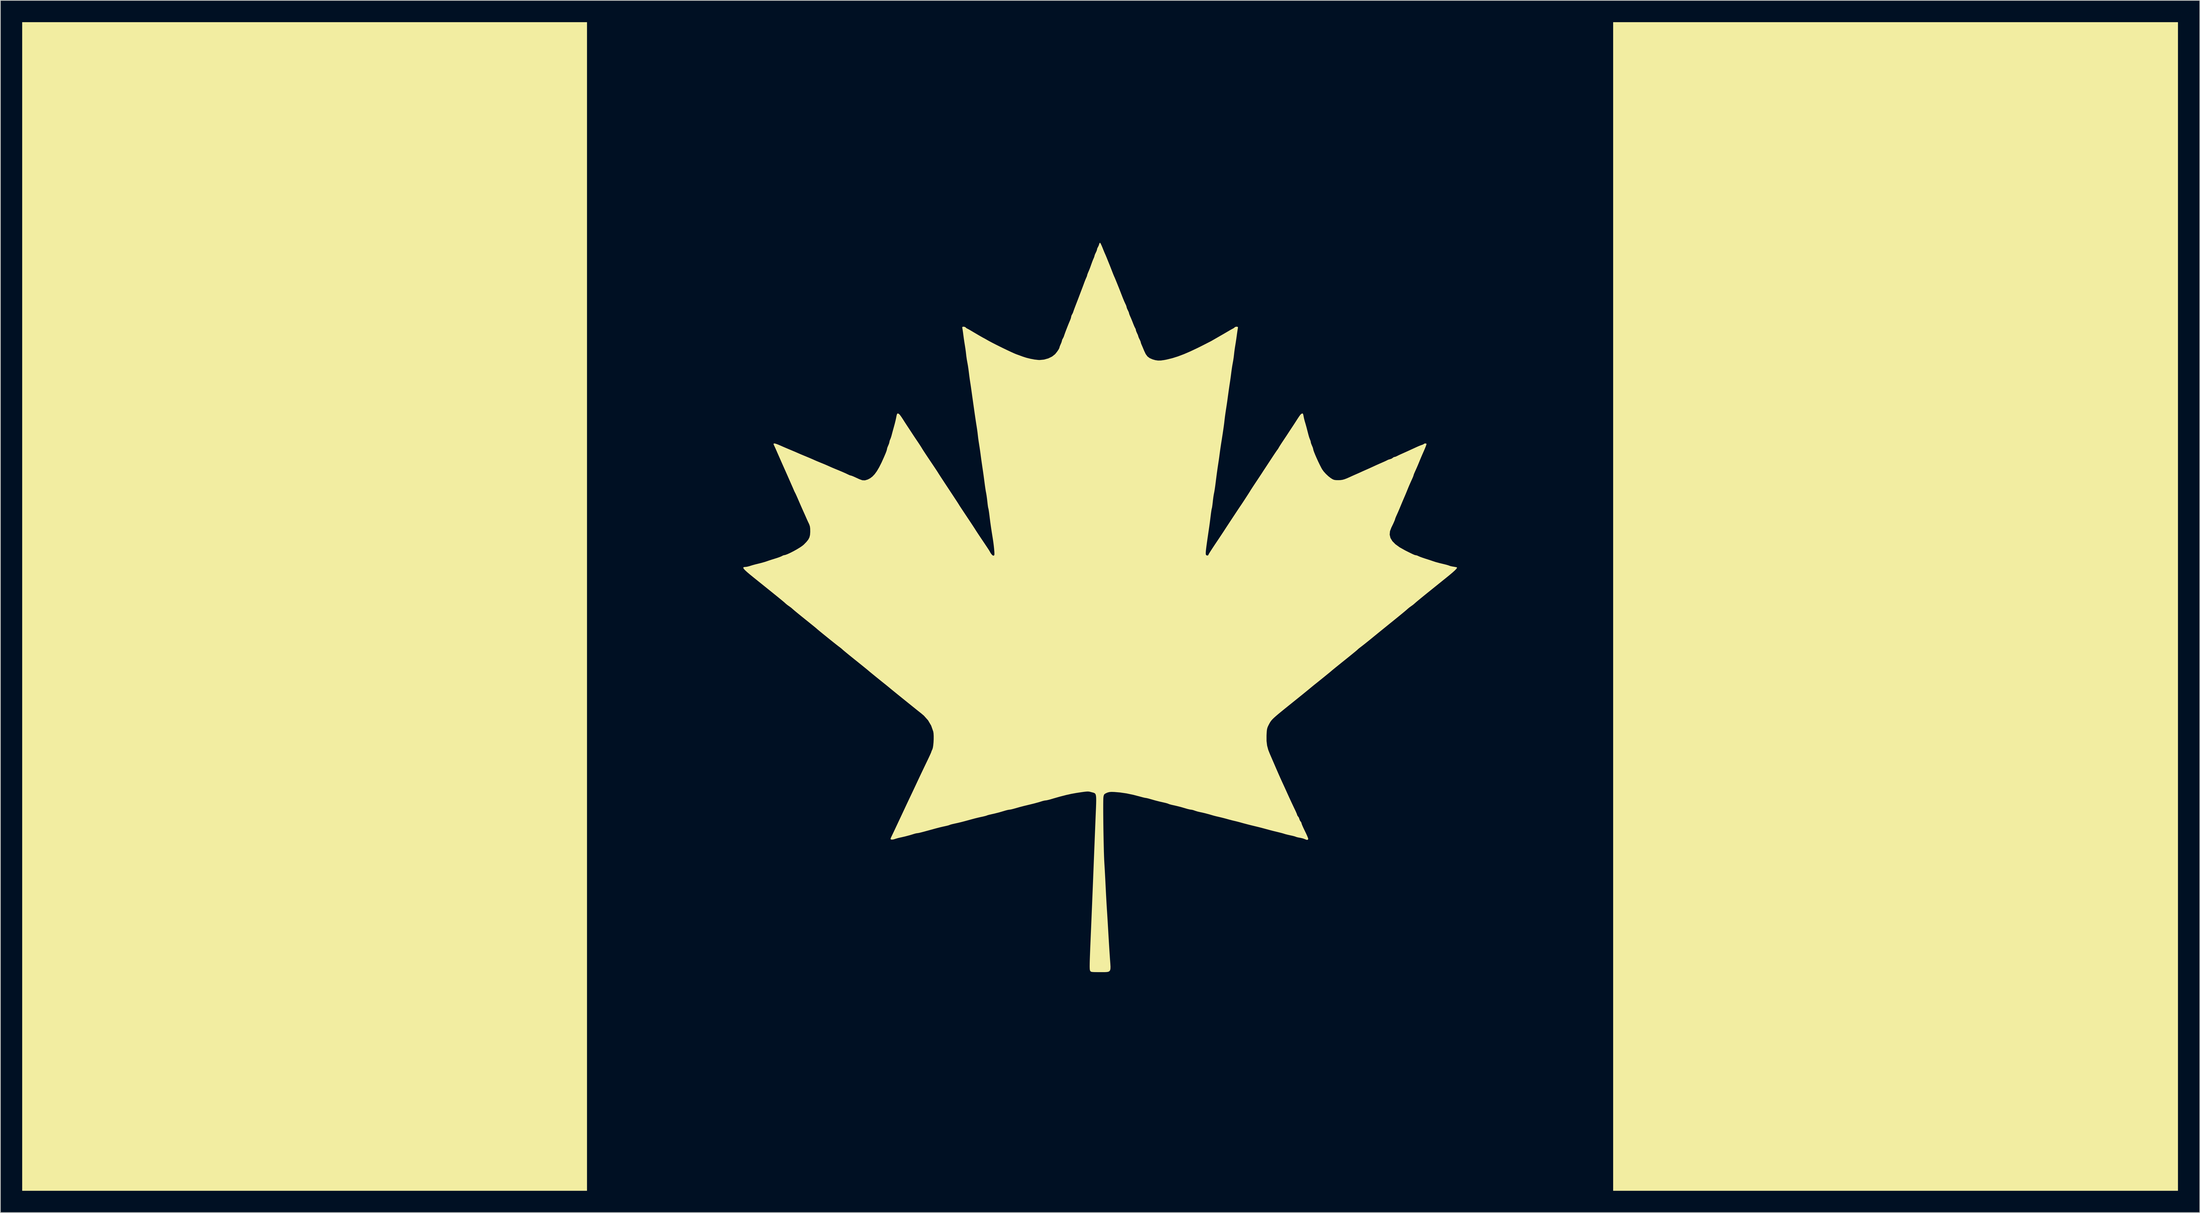
<source format=kicad_pcb>
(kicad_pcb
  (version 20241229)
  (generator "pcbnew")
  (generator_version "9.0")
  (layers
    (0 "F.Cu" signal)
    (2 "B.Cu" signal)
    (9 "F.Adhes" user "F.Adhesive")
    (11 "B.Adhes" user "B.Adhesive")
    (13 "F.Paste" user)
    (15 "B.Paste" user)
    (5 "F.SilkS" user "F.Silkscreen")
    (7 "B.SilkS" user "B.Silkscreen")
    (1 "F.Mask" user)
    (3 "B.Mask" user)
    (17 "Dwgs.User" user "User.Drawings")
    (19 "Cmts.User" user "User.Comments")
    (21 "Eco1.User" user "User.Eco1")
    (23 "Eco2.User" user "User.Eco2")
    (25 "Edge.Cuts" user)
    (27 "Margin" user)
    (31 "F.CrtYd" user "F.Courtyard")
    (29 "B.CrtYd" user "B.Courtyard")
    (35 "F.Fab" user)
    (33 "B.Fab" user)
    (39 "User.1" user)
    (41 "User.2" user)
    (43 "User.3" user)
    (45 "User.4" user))
  (footprint "canada"
    (layer "F.Cu")
    (at 148.167 80.363)
    (property "Reference" "canada" (at 0 0 0) (layer "F.SilkS") (effects (font (size 1.5 1.5) (thickness 0.3))))
    (attr board_only exclude_from_pos_files exclude_from_bom)
    (fp_poly (pts (xy -70.527 -0.000001) (xy -70.527 80.363) (xy -109.347 80.363) (xy -148.167 80.363) (xy -148.167 -0.000001) (xy -148.167 -80.363) (xy -109.347 -80.363) (xy -70.527 -80.363)) (stroke (width 0) (type solid)) (fill yes) (layer "F.SilkS"))
    (fp_poly (pts (xy 148.167 -0.000001) (xy 148.167 80.363) (xy 109.347 80.363) (xy 70.527 80.363) (xy 70.527 -0.000001) (xy 70.527 -80.363) (xy 109.347 -80.363) (xy 148.167 -80.363)) (stroke (width 0) (type solid)) (fill yes) (layer "F.SilkS"))
    (fp_poly (pts (xy 0.05 -49.962) (xy 0.152 -49.765) (xy 0.277 -49.482) (xy 0.333 -49.345) (xy 0.464 -49.015) (xy 0.579 -48.735) (xy 0.658 -48.551) (xy 0.674 -48.517) (xy 0.743 -48.363) (xy 0.847 -48.116) (xy 0.922 -47.933) (xy 1.061 -47.587) (xy 1.207 -47.226) (xy 1.265 -47.083) (xy 1.383 -46.79) (xy 1.527 -46.421) (xy 1.655 -46.091) (xy 1.774 -45.784) (xy 1.877 -45.529) (xy 1.943 -45.376) (xy 1.946 -45.369) (xy 1.979 -45.3) (xy 2.024 -45.197) (xy 2.092 -45.036) (xy 2.192 -44.792) (xy 2.334 -44.441) (xy 2.529 -43.958) (xy 2.545 -43.919) (xy 2.657 -43.638) (xy 2.797 -43.279) (xy 2.925 -42.946) (xy 3.142 -42.392) (xy 3.318 -41.967) (xy 3.467 -41.641) (xy 3.524 -41.527) (xy 3.609 -41.326) (xy 3.641 -41.186) (xy 3.679 -41.043) (xy 3.773 -40.826) (xy 3.81 -40.754) (xy 3.916 -40.534) (xy 3.975 -40.37) (xy 3.979 -40.34) (xy 4.013 -40.208) (xy 4.099 -39.992) (xy 4.143 -39.893) (xy 4.259 -39.632) (xy 4.401 -39.287) (xy 4.533 -38.949) (xy 4.652 -38.65) (xy 4.758 -38.412) (xy 4.829 -38.281) (xy 4.835 -38.274) (xy 4.904 -38.122) (xy 4.911 -38.058) (xy 4.947 -37.902) (xy 5.04 -37.674) (xy 5.08 -37.59) (xy 5.184 -37.367) (xy 5.244 -37.201) (xy 5.249 -37.168) (xy 5.287 -37.042) (xy 5.38 -36.836) (xy 5.419 -36.761) (xy 5.525 -36.542) (xy 5.584 -36.38) (xy 5.588 -36.35) (xy 5.621 -36.214) (xy 5.701 -36.009) (xy 5.71 -35.989) (xy 5.806 -35.77) (xy 5.935 -35.463) (xy 6.056 -35.169) (xy 6.272 -34.716) (xy 6.509 -34.393) (xy 6.807 -34.165) (xy 7.201 -33.992) (xy 7.226 -33.984) (xy 7.604 -33.875) (xy 7.96 -33.824) (xy 8.344 -33.83) (xy 8.805 -33.893) (xy 9.195 -33.97) (xy 9.933 -34.152) (xy 10.699 -34.392) (xy 11.518 -34.7) (xy 12.415 -35.087) (xy 13.414 -35.56) (xy 13.843 -35.774) (xy 14.288 -35.999) (xy 14.686 -36.202) (xy 15.011 -36.368) (xy 15.234 -36.483) (xy 15.325 -36.532) (xy 15.442 -36.6) (xy 15.676 -36.735) (xy 15.994 -36.918) (xy 16.364 -37.131) (xy 16.455 -37.183) (xy 16.855 -37.414) (xy 17.23 -37.631) (xy 17.54 -37.813) (xy 17.748 -37.936) (xy 17.767 -37.947) (xy 18.01 -38.087) (xy 18.222 -38.2) (xy 18.259 -38.218) (xy 18.426 -38.32) (xy 18.496 -38.392) (xy 18.615 -38.461) (xy 18.769 -38.482) (xy 18.92 -38.461) (xy 18.955 -38.364) (xy 18.936 -38.249) (xy 18.903 -38.056) (xy 18.857 -37.752) (xy 18.806 -37.394) (xy 18.793 -37.293) (xy 18.73 -36.84) (xy 18.654 -36.34) (xy 18.583 -35.9) (xy 18.581 -35.891) (xy 18.515 -35.474) (xy 18.455 -35.031) (xy 18.413 -34.66) (xy 18.413 -34.66) (xy 18.366 -34.267) (xy 18.299 -33.822) (xy 18.243 -33.513) (xy 18.173 -33.125) (xy 18.101 -32.663) (xy 18.041 -32.223) (xy 18.038 -32.196) (xy 17.985 -31.78) (xy 17.927 -31.352) (xy 17.875 -30.998) (xy 17.87 -30.964) (xy 17.791 -30.452) (xy 17.696 -29.801) (xy 17.59 -29.039) (xy 17.517 -28.501) (xy 17.467 -28.141) (xy 17.4 -27.691) (xy 17.329 -27.228) (xy 17.302 -27.057) (xy 17.234 -26.602) (xy 17.167 -26.123) (xy 17.114 -25.699) (xy 17.1 -25.57) (xy 17.061 -25.226) (xy 17.007 -24.817) (xy 16.936 -24.32) (xy 16.846 -23.714) (xy 16.731 -22.977) (xy 16.637 -22.384) (xy 16.568 -21.93) (xy 16.496 -21.434) (xy 16.436 -20.993) (xy 16.429 -20.94) (xy 16.375 -20.53) (xy 16.314 -20.104) (xy 16.261 -19.754) (xy 16.26 -19.751) (xy 16.16 -19.093) (xy 16.05 -18.312) (xy 15.93 -17.389) (xy 15.875 -16.947) (xy 15.818 -16.513) (xy 15.758 -16.106) (xy 15.703 -15.777) (xy 15.665 -15.588) (xy 15.619 -15.353) (xy 15.566 -15.006) (xy 15.515 -14.607) (xy 15.494 -14.41) (xy 15.452 -14.046) (xy 15.411 -13.746) (xy 15.377 -13.55) (xy 15.361 -13.498) (xy 15.334 -13.389) (xy 15.293 -13.148) (xy 15.245 -12.812) (xy 15.201 -12.468) (xy 15.144 -12.005) (xy 15.083 -11.533) (xy 15.027 -11.118) (xy 14.998 -10.916) (xy 14.866 -10.025) (xy 14.758 -9.286) (xy 14.673 -8.685) (xy 14.608 -8.208) (xy 14.563 -7.838) (xy 14.536 -7.561) (xy 14.525 -7.362) (xy 14.528 -7.226) (xy 14.545 -7.138) (xy 14.574 -7.082) (xy 14.604 -7.052) (xy 14.753 -6.998) (xy 14.874 -7.052) (xy 14.901 -7.134) (xy 14.947 -7.223) (xy 15.073 -7.431) (xy 15.267 -7.735) (xy 15.514 -8.115) (xy 15.8 -8.547) (xy 15.889 -8.679) (xy 16.197 -9.139) (xy 16.484 -9.569) (xy 16.731 -9.941) (xy 16.922 -10.23) (xy 17.04 -10.41) (xy 17.053 -10.43) (xy 17.175 -10.619) (xy 17.367 -10.914) (xy 17.611 -11.286) (xy 17.89 -11.71) (xy 18.185 -12.159) (xy 18.479 -12.603) (xy 18.753 -13.018) (xy 18.99 -13.376) (xy 19.172 -13.648) (xy 19.281 -13.81) (xy 19.289 -13.82) (xy 19.411 -14) (xy 19.589 -14.268) (xy 19.802 -14.592) (xy 20.028 -14.94) (xy 20.248 -15.279) (xy 20.44 -15.578) (xy 20.582 -15.803) (xy 20.655 -15.924) (xy 20.659 -15.93) (xy 20.718 -16.027) (xy 20.855 -16.239) (xy 21.052 -16.541) (xy 21.293 -16.906) (xy 21.463 -17.162) (xy 21.727 -17.559) (xy 21.962 -17.914) (xy 22.151 -18.2) (xy 22.274 -18.388) (xy 22.31 -18.444) (xy 22.416 -18.61) (xy 22.554 -18.821) (xy 22.558 -18.826) (xy 22.659 -18.978) (xy 22.833 -19.242) (xy 23.061 -19.59) (xy 23.325 -19.992) (xy 23.529 -20.303) (xy 23.795 -20.708) (xy 24.03 -21.061) (xy 24.219 -21.34) (xy 24.345 -21.52) (xy 24.389 -21.577) (xy 24.465 -21.678) (xy 24.552 -21.832) (xy 24.646 -21.993) (xy 24.809 -22.252) (xy 25.013 -22.566) (xy 25.137 -22.751) (xy 25.367 -23.096) (xy 25.588 -23.427) (xy 25.764 -23.695) (xy 25.823 -23.786) (xy 25.985 -24.035) (xy 26.192 -24.35) (xy 26.363 -24.609) (xy 26.571 -24.923) (xy 26.775 -25.237) (xy 26.907 -25.442) (xy 27.169 -25.851) (xy 27.361 -26.138) (xy 27.5 -26.328) (xy 27.604 -26.442) (xy 27.69 -26.506) (xy 27.696 -26.51) (xy 27.812 -26.552) (xy 27.886 -26.505) (xy 27.941 -26.34) (xy 27.981 -26.121) (xy 28.045 -25.817) (xy 28.133 -25.48) (xy 28.157 -25.4) (xy 28.248 -25.095) (xy 28.351 -24.728) (xy 28.409 -24.508) (xy 28.504 -24.141) (xy 28.603 -23.759) (xy 28.653 -23.568) (xy 28.736 -23.282) (xy 28.823 -23.04) (xy 28.86 -22.957) (xy 28.939 -22.749) (xy 28.959 -22.623) (xy 28.996 -22.454) (xy 29.087 -22.214) (xy 29.125 -22.129) (xy 29.227 -21.889) (xy 29.286 -21.695) (xy 29.292 -21.652) (xy 29.33 -21.486) (xy 29.431 -21.202) (xy 29.582 -20.829) (xy 29.768 -20.401) (xy 29.974 -19.949) (xy 30.188 -19.505) (xy 30.394 -19.101) (xy 30.513 -18.883) (xy 30.729 -18.578) (xy 31.036 -18.235) (xy 31.386 -17.907) (xy 31.708 -17.658) (xy 31.956 -17.503) (xy 32.167 -17.416) (xy 32.411 -17.38) (xy 32.726 -17.372) (xy 33.039 -17.382) (xy 33.317 -17.421) (xy 33.606 -17.5) (xy 33.952 -17.634) (xy 34.4 -17.834) (xy 34.417 -17.842) (xy 34.704 -17.973) (xy 35.039 -18.122) (xy 35.179 -18.183) (xy 35.5 -18.324) (xy 35.823 -18.469) (xy 35.941 -18.524) (xy 36.228 -18.654) (xy 36.564 -18.803) (xy 36.703 -18.864) (xy 37.021 -19.005) (xy 37.393 -19.174) (xy 37.634 -19.286) (xy 37.977 -19.444) (xy 38.387 -19.627) (xy 38.776 -19.796) (xy 38.777 -19.797) (xy 39.084 -19.932) (xy 39.333 -20.047) (xy 39.481 -20.123) (xy 39.497 -20.134) (xy 39.635 -20.196) (xy 39.848 -20.256) (xy 39.851 -20.256) (xy 40.072 -20.333) (xy 40.221 -20.436) (xy 40.37 -20.541) (xy 40.447 -20.558) (xy 40.609 -20.596) (xy 40.796 -20.679) (xy 41.013 -20.788) (xy 41.294 -20.92) (xy 41.402 -20.968) (xy 42.327 -21.384) (xy 43.282 -21.822) (xy 43.412 -21.883) (xy 43.733 -22.027) (xy 44.02 -22.145) (xy 44.218 -22.216) (xy 44.239 -22.222) (xy 44.417 -22.289) (xy 44.498 -22.351) (xy 44.602 -22.412) (xy 44.751 -22.423) (xy 44.86 -22.384) (xy 44.873 -22.352) (xy 44.84 -22.221) (xy 44.751 -21.973) (xy 44.619 -21.648) (xy 44.488 -21.344) (xy 44.294 -20.903) (xy 44.134 -20.531) (xy 43.972 -20.143) (xy 43.899 -19.963) (xy 43.718 -19.523) (xy 43.562 -19.158) (xy 43.397 -18.787) (xy 43.273 -18.513) (xy 43.17 -18.276) (xy 43.106 -18.103) (xy 43.095 -18.056) (xy 43.063 -17.943) (xy 42.979 -17.735) (xy 42.917 -17.594) (xy 42.696 -17.106) (xy 42.526 -16.721) (xy 42.384 -16.388) (xy 42.249 -16.056) (xy 42.125 -15.749) (xy 42.008 -15.466) (xy 41.952 -15.333) (xy 41.714 -14.78) (xy 41.522 -14.327) (xy 41.352 -13.92) (xy 41.322 -13.847) (xy 41.132 -13.389) (xy 40.969 -13.009) (xy 40.799 -12.628) (xy 40.733 -12.482) (xy 40.63 -12.245) (xy 40.566 -12.072) (xy 40.555 -12.024) (xy 40.52 -11.905) (xy 40.426 -11.675) (xy 40.293 -11.376) (xy 40.136 -11.049) (xy 40.046 -10.869) (xy 39.852 -10.361) (xy 39.807 -9.881) (xy 39.915 -9.423) (xy 40.18 -8.983) (xy 40.603 -8.554) (xy 41.189 -8.131) (xy 41.941 -7.709) (xy 41.952 -7.703) (xy 42.439 -7.459) (xy 42.798 -7.282) (xy 43.052 -7.163) (xy 43.224 -7.092) (xy 43.338 -7.058) (xy 43.402 -7.051) (xy 43.571 -7.012) (xy 43.76 -6.928) (xy 43.943 -6.847) (xy 44.235 -6.737) (xy 44.584 -6.619) (xy 44.704 -6.58) (xy 45.071 -6.464) (xy 45.412 -6.352) (xy 45.668 -6.265) (xy 45.72 -6.246) (xy 46.144 -6.108) (xy 46.699 -5.958) (xy 47.318 -5.81) (xy 47.62 -5.734) (xy 47.869 -5.661) (xy 47.996 -5.612) (xy 48.158 -5.557) (xy 48.413 -5.5) (xy 48.556 -5.477) (xy 48.813 -5.434) (xy 48.996 -5.394) (xy 49.045 -5.378) (xy 49.061 -5.308) (xy 48.972 -5.172) (xy 48.77 -4.962) (xy 48.45 -4.672) (xy 48.003 -4.296) (xy 47.598 -3.966) (xy 47.148 -3.604) (xy 46.611 -3.171) (xy 46.033 -2.706) (xy 45.459 -2.243) (xy 44.947 -1.831) (xy 44.506 -1.474) (xy 44.098 -1.141) (xy 43.746 -0.851) (xy 43.472 -0.622) (xy 43.3 -0.472) (xy 43.265 -0.44) (xy 43.046 -0.252) (xy 42.79 -0.064) (xy 42.757 -0.042) (xy 42.503 0.139) (xy 42.273 0.333) (xy 42.249 0.356) (xy 42.126 0.465) (xy 41.892 0.664) (xy 41.566 0.934) (xy 41.168 1.261) (xy 40.719 1.627) (xy 40.308 1.96) (xy 39.76 2.402) (xy 39.182 2.871) (xy 38.608 3.336) (xy 38.076 3.769) (xy 37.622 4.139) (xy 37.438 4.29) (xy 37.028 4.624) (xy 36.629 4.945) (xy 36.275 5.227) (xy 35.997 5.444) (xy 35.873 5.538) (xy 35.642 5.715) (xy 35.468 5.857) (xy 35.399 5.926) (xy 35.321 5.997) (xy 35.13 6.159) (xy 34.841 6.397) (xy 34.474 6.696) (xy 34.047 7.042) (xy 33.613 7.391) (xy 33.146 7.765) (xy 32.724 8.106) (xy 32.363 8.397) (xy 32.083 8.626) (xy 31.901 8.776) (xy 31.835 8.834) (xy 31.761 8.898) (xy 31.582 9.047) (xy 31.32 9.261) (xy 31.003 9.52) (xy 30.655 9.802) (xy 30.302 10.087) (xy 29.969 10.355) (xy 29.682 10.585) (xy 29.466 10.756) (xy 29.464 10.758) (xy 29.342 10.856) (xy 29.129 11.031) (xy 28.867 11.248) (xy 28.787 11.315) (xy 28.555 11.505) (xy 28.22 11.779) (xy 27.81 12.112) (xy 27.353 12.481) (xy 26.877 12.865) (xy 26.712 12.997) (xy 25.989 13.579) (xy 25.384 14.066) (xy 24.888 14.47) (xy 24.485 14.803) (xy 24.166 15.075) (xy 23.916 15.298) (xy 23.724 15.484) (xy 23.577 15.645) (xy 23.462 15.791) (xy 23.368 15.935) (xy 23.281 16.088) (xy 23.194 16.252) (xy 23.074 16.493) (xy 22.993 16.703) (xy 22.941 16.927) (xy 22.909 17.212) (xy 22.888 17.604) (xy 22.881 17.777) (xy 22.883 18.502) (xy 22.959 19.133) (xy 23.12 19.733) (xy 23.329 20.261) (xy 23.4 20.423) (xy 23.524 20.709) (xy 23.687 21.087) (xy 23.876 21.523) (xy 24.009 21.832) (xy 24.305 22.517) (xy 24.558 23.096) (xy 24.792 23.622) (xy 25.03 24.146) (xy 25.275 24.678) (xy 25.422 24.999) (xy 25.593 25.375) (xy 25.699 25.612) (xy 25.992 26.257) (xy 26.325 26.976) (xy 26.662 27.691) (xy 26.807 27.992) (xy 26.943 28.287) (xy 27.044 28.528) (xy 27.092 28.67) (xy 27.093 28.682) (xy 27.152 28.812) (xy 27.215 28.878) (xy 27.322 29.033) (xy 27.39 29.223) (xy 27.469 29.436) (xy 27.564 29.567) (xy 27.67 29.724) (xy 27.686 29.807) (xy 27.723 29.933) (xy 27.822 30.176) (xy 27.968 30.5) (xy 28.147 30.872) (xy 28.151 30.879) (xy 28.331 31.252) (xy 28.478 31.581) (xy 28.578 31.829) (xy 28.616 31.961) (xy 28.616 31.962) (xy 28.557 32.086) (xy 28.386 32.095) (xy 28.125 31.992) (xy 27.901 31.908) (xy 27.603 31.834) (xy 27.473 31.811) (xy 27.196 31.76) (xy 26.974 31.701) (xy 26.906 31.674) (xy 26.752 31.619) (xy 26.489 31.549) (xy 26.186 31.482) (xy 25.851 31.408) (xy 25.546 31.333) (xy 25.358 31.278) (xy 25.203 31.228) (xy 25.006 31.172) (xy 24.734 31.102) (xy 24.357 31.008) (xy 23.918 30.903) (xy 23.652 30.836) (xy 23.307 30.745) (xy 23.029 30.67) (xy 22.439 30.509) (xy 21.951 30.381) (xy 21.506 30.271) (xy 21.209 30.2) (xy 20.49 30.024) (xy 19.705 29.817) (xy 19.262 29.693) (xy 18.92 29.601) (xy 18.567 29.514) (xy 18.457 29.489) (xy 18.181 29.423) (xy 17.82 29.329) (xy 17.45 29.228) (xy 17.441 29.225) (xy 17.045 29.117) (xy 16.627 29.011) (xy 16.298 28.935) (xy 15.966 28.858) (xy 15.652 28.778) (xy 15.494 28.732) (xy 14.967 28.577) (xy 14.423 28.433) (xy 13.934 28.32) (xy 13.749 28.283) (xy 13.425 28.209) (xy 13.113 28.115) (xy 13.011 28.077) (xy 12.761 27.992) (xy 12.543 27.949) (xy 12.518 27.948) (xy 12.339 27.924) (xy 12.066 27.86) (xy 11.817 27.788) (xy 11.09 27.575) (xy 10.394 27.403) (xy 10.031 27.324) (xy 9.74 27.256) (xy 9.508 27.188) (xy 9.405 27.146) (xy 9.264 27.091) (xy 9.015 27.021) (xy 8.772 26.965) (xy 8.173 26.83) (xy 7.592 26.681) (xy 6.943 26.496) (xy 6.646 26.412) (xy 6.406 26.354) (xy 6.278 26.333) (xy 6.143 26.312) (xy 5.899 26.255) (xy 5.601 26.175) (xy 4.561 25.902) (xy 3.619 25.706) (xy 2.726 25.577) (xy 1.973 25.513) (xy 1.581 25.5) (xy 1.296 25.519) (xy 1.059 25.578) (xy 0.9 25.641) (xy 0.668 25.757) (xy 0.546 25.879) (xy 0.484 26.071) (xy 0.46 26.217) (xy 0.446 26.402) (xy 0.438 26.737) (xy 0.433 27.199) (xy 0.432 27.77) (xy 0.434 28.428) (xy 0.44 29.152) (xy 0.448 29.922) (xy 0.459 30.717) (xy 0.473 31.517) (xy 0.488 32.301) (xy 0.506 33.048) (xy 0.524 33.738) (xy 0.544 34.349) (xy 0.565 34.862) (xy 0.586 35.254) (xy 0.615 35.729) (xy 0.65 36.324) (xy 0.686 36.989) (xy 0.722 37.675) (xy 0.755 38.333) (xy 0.758 38.397) (xy 0.79 39.053) (xy 0.826 39.746) (xy 0.864 40.427) (xy 0.899 41.043) (xy 0.931 41.545) (xy 0.933 41.583) (xy 0.963 42.044) (xy 1 42.632) (xy 1.041 43.3) (xy 1.083 44.006) (xy 1.124 44.706) (xy 1.142 45.023) (xy 1.183 45.71) (xy 1.227 46.43) (xy 1.271 47.137) (xy 1.314 47.786) (xy 1.351 48.331) (xy 1.365 48.532) (xy 1.409 49.121) (xy 1.433 49.562) (xy 1.42 49.876) (xy 1.353 50.084) (xy 1.216 50.209) (xy 0.993 50.27) (xy 0.666 50.29) (xy 0.219 50.291) (xy 0.005 50.29) (xy -0.484 50.289) (xy -0.831 50.283) (xy -1.063 50.269) (xy -1.208 50.242) (xy -1.293 50.2) (xy -1.344 50.138) (xy -1.364 50.103) (xy -1.386 50.05) (xy -1.405 49.975) (xy -1.418 49.867) (xy -1.426 49.712) (xy -1.43 49.499) (xy -1.427 49.216) (xy -1.42 48.85) (xy -1.406 48.389) (xy -1.385 47.822) (xy -1.359 47.135) (xy -1.325 46.317) (xy -1.284 45.355) (xy -1.236 44.238) (xy -1.228 44.046) (xy -1.198 43.338) (xy -1.162 42.494) (xy -1.123 41.55) (xy -1.081 40.539) (xy -1.039 39.497) (xy -0.996 38.457) (xy -0.956 37.455) (xy -0.934 36.911) (xy -0.895 35.917) (xy -0.852 34.844) (xy -0.807 33.729) (xy -0.762 32.611) (xy -0.719 31.529) (xy -0.678 30.522) (xy -0.642 29.628) (xy -0.628 29.271) (xy -0.592 28.403) (xy -0.562 27.689) (xy -0.542 27.114) (xy -0.533 26.661) (xy -0.539 26.314) (xy -0.561 26.058) (xy -0.602 25.877) (xy -0.666 25.754) (xy -0.753 25.675) (xy -0.868 25.623) (xy -1.012 25.583) (xy -1.188 25.538) (xy -1.228 25.527) (xy -1.388 25.484) (xy -1.534 25.457) (xy -1.695 25.447) (xy -1.899 25.457) (xy -2.175 25.487) (xy -2.552 25.539) (xy -3.058 25.615) (xy -3.26 25.646) (xy -3.926 25.765) (xy -4.661 25.928) (xy -5.492 26.142) (xy -6.445 26.413) (xy -6.731 26.499) (xy -7.048 26.587) (xy -7.319 26.65) (xy -7.488 26.675) (xy -7.493 26.675) (xy -7.674 26.7) (xy -7.933 26.766) (xy -8.043 26.801) (xy -8.514 26.944) (xy -9.121 27.107) (xy -9.83 27.281) (xy -9.948 27.309) (xy -10.512 27.446) (xy -11.072 27.593) (xy -11.706 27.774) (xy -11.762 27.79) (xy -12.068 27.872) (xy -12.329 27.929) (xy -12.475 27.948) (xy -12.644 27.973) (xy -12.911 28.037) (xy -13.16 28.109) (xy -13.862 28.316) (xy -14.52 28.483) (xy -14.952 28.579) (xy -15.239 28.645) (xy -15.462 28.706) (xy -15.559 28.743) (xy -15.683 28.788) (xy -15.921 28.851) (xy -16.223 28.919) (xy -16.228 28.92) (xy -16.548 28.989) (xy -16.848 29.059) (xy -17.174 29.14) (xy -17.568 29.245) (xy -18.078 29.384) (xy -18.119 29.396) (xy -18.672 29.546) (xy -19.121 29.662) (xy -19.52 29.758) (xy -19.927 29.848) (xy -20.01 29.865) (xy -20.314 29.934) (xy -20.556 29.999) (xy -20.685 30.046) (xy -20.685 30.046) (xy -20.815 30.095) (xy -21.055 30.159) (xy -21.292 30.212) (xy -21.631 30.286) (xy -21.969 30.365) (xy -22.352 30.463) (xy -22.828 30.591) (xy -23.114 30.67) (xy -23.738 30.841) (xy -24.219 30.971) (xy -24.577 31.065) (xy -24.83 31.127) (xy -24.999 31.162) (xy -25.103 31.176) (xy -25.123 31.176) (xy -25.291 31.202) (xy -25.541 31.267) (xy -25.654 31.303) (xy -26.148 31.454) (xy -26.723 31.607) (xy -27.291 31.741) (xy -27.474 31.779) (xy -27.797 31.856) (xy -28.109 31.948) (xy -28.204 31.982) (xy -28.45 32.049) (xy -28.658 32.061) (xy -28.683 32.056) (xy -28.773 32.023) (xy -28.803 31.964) (xy -28.767 31.839) (xy -28.661 31.61) (xy -28.622 31.53) (xy -28.449 31.169) (xy -28.263 30.778) (xy -28.171 30.582) (xy -28.049 30.321) (xy -27.877 29.955) (xy -27.679 29.532) (xy -27.476 29.1) (xy -27.473 29.095) (xy -27.265 28.653) (xy -27.056 28.207) (xy -26.871 27.811) (xy -26.737 27.524) (xy -26.58 27.189) (xy -26.384 26.773) (xy -26.183 26.349) (xy -26.115 26.207) (xy -25.921 25.798) (xy -25.689 25.307) (xy -25.454 24.808) (xy -25.313 24.508) (xy -24.93 23.689) (xy -24.575 22.938) (xy -24.217 22.187) (xy -23.824 21.368) (xy -23.715 21.143) (xy -23.529 20.75) (xy -23.372 20.411) (xy -23.258 20.156) (xy -23.202 20.013) (xy -23.198 19.996) (xy -23.16 19.876) (xy -23.069 19.685) (xy -23.059 19.666) (xy -22.991 19.452) (xy -22.935 19.114) (xy -22.895 18.698) (xy -22.873 18.251) (xy -22.872 17.817) (xy -22.893 17.443) (xy -22.931 17.202) (xy -23.219 16.383) (xy -23.646 15.658) (xy -24.217 15.016) (xy -24.597 14.694) (xy -24.756 14.569) (xy -25.025 14.355) (xy -25.381 14.07) (xy -25.802 13.731) (xy -26.265 13.358) (xy -26.749 12.968) (xy -27.231 12.579) (xy -27.689 12.209) (xy -28.1 11.876) (xy -28.443 11.597) (xy -28.695 11.391) (xy -28.787 11.315) (xy -29.057 11.091) (xy -29.288 10.901) (xy -29.44 10.777) (xy -29.464 10.758) (xy -29.679 10.588) (xy -29.965 10.359) (xy -30.297 10.091) (xy -30.65 9.806) (xy -30.998 9.524) (xy -31.316 9.264) (xy -31.578 9.049) (xy -31.76 8.899) (xy -31.834 8.834) (xy -31.835 8.834) (xy -31.91 8.769) (xy -32.099 8.612) (xy -32.386 8.379) (xy -32.751 8.084) (xy -33.177 7.741) (xy -33.613 7.391) (xy -34.08 7.015) (xy -34.504 6.672) (xy -34.865 6.377) (xy -35.147 6.144) (xy -35.331 5.988) (xy -35.399 5.926) (xy -35.49 5.839) (xy -35.675 5.689) (xy -35.874 5.538) (xy -36.055 5.4) (xy -36.325 5.189) (xy -36.66 4.922) (xy -37.039 4.62) (xy -37.437 4.299) (xy -37.832 3.98) (xy -38.2 3.681) (xy -38.519 3.421) (xy -38.764 3.217) (xy -38.913 3.09) (xy -38.947 3.058) (xy -39.022 2.992) (xy -39.211 2.836) (xy -39.494 2.605) (xy -39.853 2.316) (xy -40.266 1.983) (xy -40.513 1.785) (xy -40.962 1.423) (xy -41.378 1.086) (xy -41.738 0.79) (xy -42.021 0.555) (xy -42.203 0.398) (xy -42.249 0.356) (xy -42.467 0.167) (xy -42.724 -0.021) (xy -42.757 -0.042) (xy -43.01 -0.224) (xy -43.24 -0.417) (xy -43.265 -0.441) (xy -43.329 -0.501) (xy -43.426 -0.586) (xy -43.564 -0.703) (xy -43.754 -0.861) (xy -44.006 -1.068) (xy -44.329 -1.331) (xy -44.733 -1.658) (xy -45.227 -2.057) (xy -45.822 -2.536) (xy -46.527 -3.104) (xy -47.353 -3.767) (xy -47.594 -3.961) (xy -48.126 -4.394) (xy -48.529 -4.736) (xy -48.812 -4.996) (xy -48.982 -5.186) (xy -49.046 -5.316) (xy -49.014 -5.393) (xy -48.892 -5.43) (xy -48.757 -5.437) (xy -48.534 -5.465) (xy -48.245 -5.535) (xy -48.115 -5.576) (xy -47.782 -5.68) (xy -47.404 -5.784) (xy -47.244 -5.824) (xy -46.576 -5.989) (xy -46.058 -6.135) (xy -45.72 -6.249) (xy -45.505 -6.324) (xy -45.183 -6.429) (xy -44.812 -6.545) (xy -44.662 -6.592) (xy -44.307 -6.706) (xy -44 -6.817) (xy -43.787 -6.907) (xy -43.733 -6.937) (xy -43.553 -7.028) (xy -43.449 -7.051) (xy -43.246 -7.095) (xy -42.935 -7.214) (xy -42.552 -7.391) (xy -42.13 -7.607) (xy -41.704 -7.844) (xy -41.307 -8.084) (xy -40.973 -8.308) (xy -40.738 -8.498) (xy -40.733 -8.502) (xy -40.364 -8.88) (xy -40.11 -9.2) (xy -39.953 -9.505) (xy -39.87 -9.837) (xy -39.842 -10.237) (xy -39.841 -10.311) (xy -39.849 -10.72) (xy -39.889 -11.021) (xy -39.971 -11.275) (xy -40.022 -11.387) (xy -40.177 -11.714) (xy -40.335 -12.062) (xy -40.372 -12.148) (xy -40.496 -12.432) (xy -40.654 -12.786) (xy -40.788 -13.082) (xy -40.927 -13.394) (xy -41.107 -13.802) (xy -41.301 -14.248) (xy -41.44 -14.569) (xy -41.603 -14.946) (xy -41.748 -15.273) (xy -41.859 -15.514) (xy -41.918 -15.631) (xy -42.01 -15.808) (xy -42.082 -15.971) (xy -42.182 -16.208) (xy -42.282 -16.438) (xy -42.397 -16.699) (xy -42.521 -16.979) (xy -42.525 -16.99) (xy -43.016 -18.106) (xy -43.487 -19.165) (xy -43.578 -19.369) (xy -43.7 -19.643) (xy -43.837 -19.954) (xy -43.869 -20.027) (xy -44.011 -20.351) (xy -44.16 -20.689) (xy -44.187 -20.749) (xy -44.32 -21.052) (xy -44.471 -21.398) (xy -44.531 -21.535) (xy -44.65 -21.803) (xy -44.753 -22.025) (xy -44.794 -22.107) (xy -44.874 -22.285) (xy -44.877 -22.392) (xy -44.789 -22.427) (xy -44.597 -22.389) (xy -44.286 -22.277) (xy -43.843 -22.089) (xy -43.646 -22.001) (xy -43.368 -21.88) (xy -43.03 -21.736) (xy -42.841 -21.657) (xy -41.97 -21.29) (xy -41.36 -21.024) (xy -41.149 -20.933) (xy -40.849 -20.808) (xy -40.555 -20.686) (xy -40.087 -20.492) (xy -39.716 -20.335) (xy -39.384 -20.189) (xy -39.201 -20.106) (xy -38.965 -20.003) (xy -38.645 -19.87) (xy -38.354 -19.751) (xy -38.028 -19.618) (xy -37.724 -19.491) (xy -37.529 -19.407) (xy -37.243 -19.279) (xy -36.978 -19.16) (xy -36.755 -19.064) (xy -36.445 -18.934) (xy -36.153 -18.814) (xy -35.515 -18.55) (xy -34.992 -18.32) (xy -34.605 -18.135) (xy -34.601 -18.133) (xy -34.405 -18.046) (xy -34.272 -18.009) (xy -34.271 -18.009) (xy -34.146 -17.976) (xy -33.931 -17.892) (xy -33.812 -17.839) (xy -33.487 -17.69) (xy -33.145 -17.532) (xy -33.074 -17.5) (xy -32.677 -17.36) (xy -32.324 -17.347) (xy -31.947 -17.458) (xy -31.942 -17.46) (xy -31.604 -17.635) (xy -31.288 -17.876) (xy -30.984 -18.197) (xy -30.682 -18.613) (xy -30.372 -19.139) (xy -30.043 -19.791) (xy -29.686 -20.583) (xy -29.467 -21.1) (xy -29.368 -21.362) (xy -29.304 -21.576) (xy -29.292 -21.652) (xy -29.255 -21.811) (xy -29.165 -22.043) (xy -29.125 -22.129) (xy -29.023 -22.374) (xy -28.964 -22.577) (xy -28.959 -22.623) (xy -28.917 -22.82) (xy -28.856 -22.963) (xy -28.776 -23.155) (xy -28.687 -23.43) (xy -28.648 -23.574) (xy -28.574 -23.855) (xy -28.472 -24.231) (xy -28.36 -24.636) (xy -28.324 -24.763) (xy -28.216 -25.165) (xy -28.117 -25.566) (xy -28.044 -25.895) (xy -28.029 -25.975) (xy -27.964 -26.299) (xy -27.902 -26.481) (xy -27.828 -26.547) (xy -27.724 -26.524) (xy -27.696 -26.51) (xy -27.6 -26.437) (xy -27.479 -26.3) (xy -27.317 -26.076) (xy -27.098 -25.744) (xy -26.893 -25.421) (xy -26.737 -25.178) (xy -26.535 -24.869) (xy -26.363 -24.609) (xy -26.158 -24.298) (xy -25.955 -23.989) (xy -25.823 -23.786) (xy -25.684 -23.574) (xy -25.482 -23.269) (xy -25.248 -22.921) (xy -25.104 -22.709) (xy -24.879 -22.372) (xy -24.678 -22.064) (xy -24.528 -21.826) (xy -24.469 -21.726) (xy -24.385 -21.588) (xy -24.221 -21.333) (xy -23.994 -20.988) (xy -23.721 -20.576) (xy -23.417 -20.122) (xy -23.326 -19.986) (xy -23.023 -19.536) (xy -22.752 -19.131) (xy -22.528 -18.794) (xy -22.365 -18.545) (xy -22.277 -18.408) (xy -22.267 -18.39) (xy -22.211 -18.298) (xy -22.073 -18.083) (xy -21.868 -17.767) (xy -21.607 -17.368) (xy -21.304 -16.906) (xy -20.993 -16.435) (xy -20.572 -15.797) (xy -20.235 -15.285) (xy -19.97 -14.882) (xy -19.767 -14.573) (xy -19.616 -14.342) (xy -19.507 -14.172) (xy -19.429 -14.048) (xy -19.371 -13.953) (xy -19.347 -13.913) (xy -19.276 -13.801) (xy -19.125 -13.571) (xy -18.911 -13.247) (xy -18.649 -12.853) (xy -18.355 -12.411) (xy -18.281 -12.299) (xy -17.975 -11.84) (xy -17.691 -11.412) (xy -17.448 -11.042) (xy -17.262 -10.756) (xy -17.149 -10.58) (xy -17.138 -10.56) (xy -17.037 -10.402) (xy -16.861 -10.132) (xy -16.628 -9.78) (xy -16.357 -9.374) (xy -16.129 -9.035) (xy -15.853 -8.625) (xy -15.61 -8.261) (xy -15.415 -7.967) (xy -15.286 -7.768) (xy -15.238 -7.692) (xy -15.034 -7.331) (xy -14.847 -7.091) (xy -14.688 -6.983) (xy -14.572 -7.018) (xy -14.538 -7.078) (xy -14.523 -7.229) (xy -14.533 -7.515) (xy -14.564 -7.904) (xy -14.613 -8.365) (xy -14.676 -8.864) (xy -14.752 -9.37) (xy -14.762 -9.429) (xy -14.892 -10.238) (xy -14.999 -10.942) (xy -15.092 -11.602) (xy -15.179 -12.281) (xy -15.201 -12.468) (xy -15.251 -12.856) (xy -15.299 -13.183) (xy -15.338 -13.41) (xy -15.361 -13.498) (xy -15.389 -13.609) (xy -15.427 -13.849) (xy -15.469 -14.177) (xy -15.494 -14.41) (xy -15.542 -14.82) (xy -15.596 -15.214) (xy -15.647 -15.528) (xy -15.667 -15.631) (xy -15.713 -15.873) (xy -15.77 -16.232) (xy -15.831 -16.653) (xy -15.876 -16.99) (xy -15.937 -17.455) (xy -16 -17.929) (xy -16.058 -18.345) (xy -16.089 -18.562) (xy -16.178 -19.16) (xy -16.246 -19.625) (xy -16.299 -19.991) (xy -16.342 -20.292) (xy -16.378 -20.562) (xy -16.414 -20.836) (xy -16.427 -20.94) (xy -16.487 -21.376) (xy -16.561 -21.873) (xy -16.633 -22.328) (xy -16.635 -22.342) (xy -16.7 -22.756) (xy -16.759 -23.182) (xy -16.801 -23.536) (xy -16.805 -23.574) (xy -16.844 -23.911) (xy -16.901 -24.333) (xy -16.965 -24.753) (xy -16.974 -24.805) (xy -17.032 -25.167) (xy -17.104 -25.64) (xy -17.182 -26.166) (xy -17.258 -26.687) (xy -17.268 -26.759) (xy -17.338 -27.259) (xy -17.409 -27.756) (xy -17.471 -28.199) (xy -17.519 -28.535) (xy -17.526 -28.586) (xy -17.584 -28.996) (xy -17.649 -29.462) (xy -17.699 -29.817) (xy -17.757 -30.223) (xy -17.821 -30.648) (xy -17.87 -30.964) (xy -17.92 -31.296) (xy -17.977 -31.717) (xy -18.031 -32.148) (xy -18.042 -32.238) (xy -18.098 -32.669) (xy -18.166 -33.116) (xy -18.233 -33.495) (xy -18.245 -33.555) (xy -18.318 -33.961) (xy -18.383 -34.407) (xy -18.412 -34.66) (xy -18.454 -35.031) (xy -18.515 -35.473) (xy -18.581 -35.891) (xy -18.581 -35.891) (xy -18.65 -36.317) (xy -18.724 -36.813) (xy -18.787 -37.281) (xy -18.794 -37.335) (xy -18.842 -37.701) (xy -18.889 -38.019) (xy -18.926 -38.241) (xy -18.937 -38.291) (xy -18.944 -38.433) (xy -18.84 -38.48) (xy -18.768 -38.482) (xy -18.584 -38.45) (xy -18.496 -38.392) (xy -18.38 -38.287) (xy -18.259 -38.218) (xy -18.068 -38.12) (xy -17.825 -37.981) (xy -17.767 -37.947) (xy -17.446 -37.755) (xy -17.089 -37.544) (xy -16.733 -37.335) (xy -16.411 -37.149) (xy -16.159 -37.006) (xy -16.012 -36.926) (xy -16.002 -36.921) (xy -15.854 -36.842) (xy -15.631 -36.716) (xy -15.536 -36.661) (xy -15.228 -36.488) (xy -14.814 -36.269) (xy -14.326 -36.019) (xy -13.794 -35.753) (xy -13.249 -35.486) (xy -12.721 -35.232) (xy -12.24 -35.007) (xy -11.838 -34.825) (xy -11.545 -34.702) (xy -11.472 -34.675) (xy -11.265 -34.6) (xy -10.963 -34.49) (xy -10.632 -34.368) (xy -10.626 -34.366) (xy -10.126 -34.205) (xy -9.566 -34.067) (xy -9.009 -33.963) (xy -8.514 -33.906) (xy -8.297 -33.898) (xy -7.694 -33.959) (xy -7.115 -34.122) (xy -6.603 -34.37) (xy -6.201 -34.685) (xy -6.137 -34.756) (xy -5.909 -35.043) (xy -5.725 -35.313) (xy -5.61 -35.525) (xy -5.585 -35.612) (xy -5.549 -35.752) (xy -5.46 -35.972) (xy -5.419 -36.061) (xy -5.317 -36.299) (xy -5.258 -36.489) (xy -5.252 -36.531) (xy -5.204 -36.701) (xy -5.134 -36.828) (xy -5.017 -37.048) (xy -4.958 -37.208) (xy -4.89 -37.412) (xy -4.775 -37.729) (xy -4.63 -38.112) (xy -4.472 -38.516) (xy -4.319 -38.898) (xy -4.188 -39.21) (xy -4.143 -39.313) (xy -4.044 -39.563) (xy -3.986 -39.77) (xy -3.979 -39.825) (xy -3.933 -40.012) (xy -3.864 -40.141) (xy -3.747 -40.361) (xy -3.688 -40.521) (xy -3.63 -40.695) (xy -3.528 -40.976) (xy -3.399 -41.315) (xy -3.345 -41.456) (xy -3.183 -41.875) (xy -3.01 -42.323) (xy -2.861 -42.716) (xy -2.84 -42.772) (xy -2.711 -43.113) (xy -2.589 -43.434) (xy -2.501 -43.664) (xy -2.407 -43.91) (xy -2.287 -44.232) (xy -2.2 -44.471) (xy -2.082 -44.785) (xy -1.966 -45.069) (xy -1.897 -45.221) (xy -1.813 -45.418) (xy -1.778 -45.552) (xy -1.745 -45.679) (xy -1.663 -45.894) (xy -1.62 -45.991) (xy -1.493 -46.288) (xy -1.377 -46.583) (xy -1.357 -46.637) (xy -1.204 -47.068) (xy -1.093 -47.374) (xy -1.009 -47.593) (xy -0.94 -47.761) (xy -0.885 -47.882) (xy -0.801 -48.09) (xy -0.762 -48.236) (xy -0.762 -48.243) (xy -0.725 -48.372) (xy -0.631 -48.58) (xy -0.593 -48.654) (xy -0.486 -48.884) (xy -0.427 -49.067) (xy -0.423 -49.102) (xy -0.378 -49.274) (xy -0.309 -49.401) (xy -0.2 -49.615) (xy -0.138 -49.802) (xy -0.075 -49.971) (xy -0.01 -50.035)) (stroke (width 0) (type solid)) (fill yes) (layer "F.SilkS")))
  (gr_rect
    (start -3 -3)
    (end 299.333 163.725)
    (stroke (width 0.1) (type default))
    (fill no)
    (layer "Edge.Cuts")))
</source>
